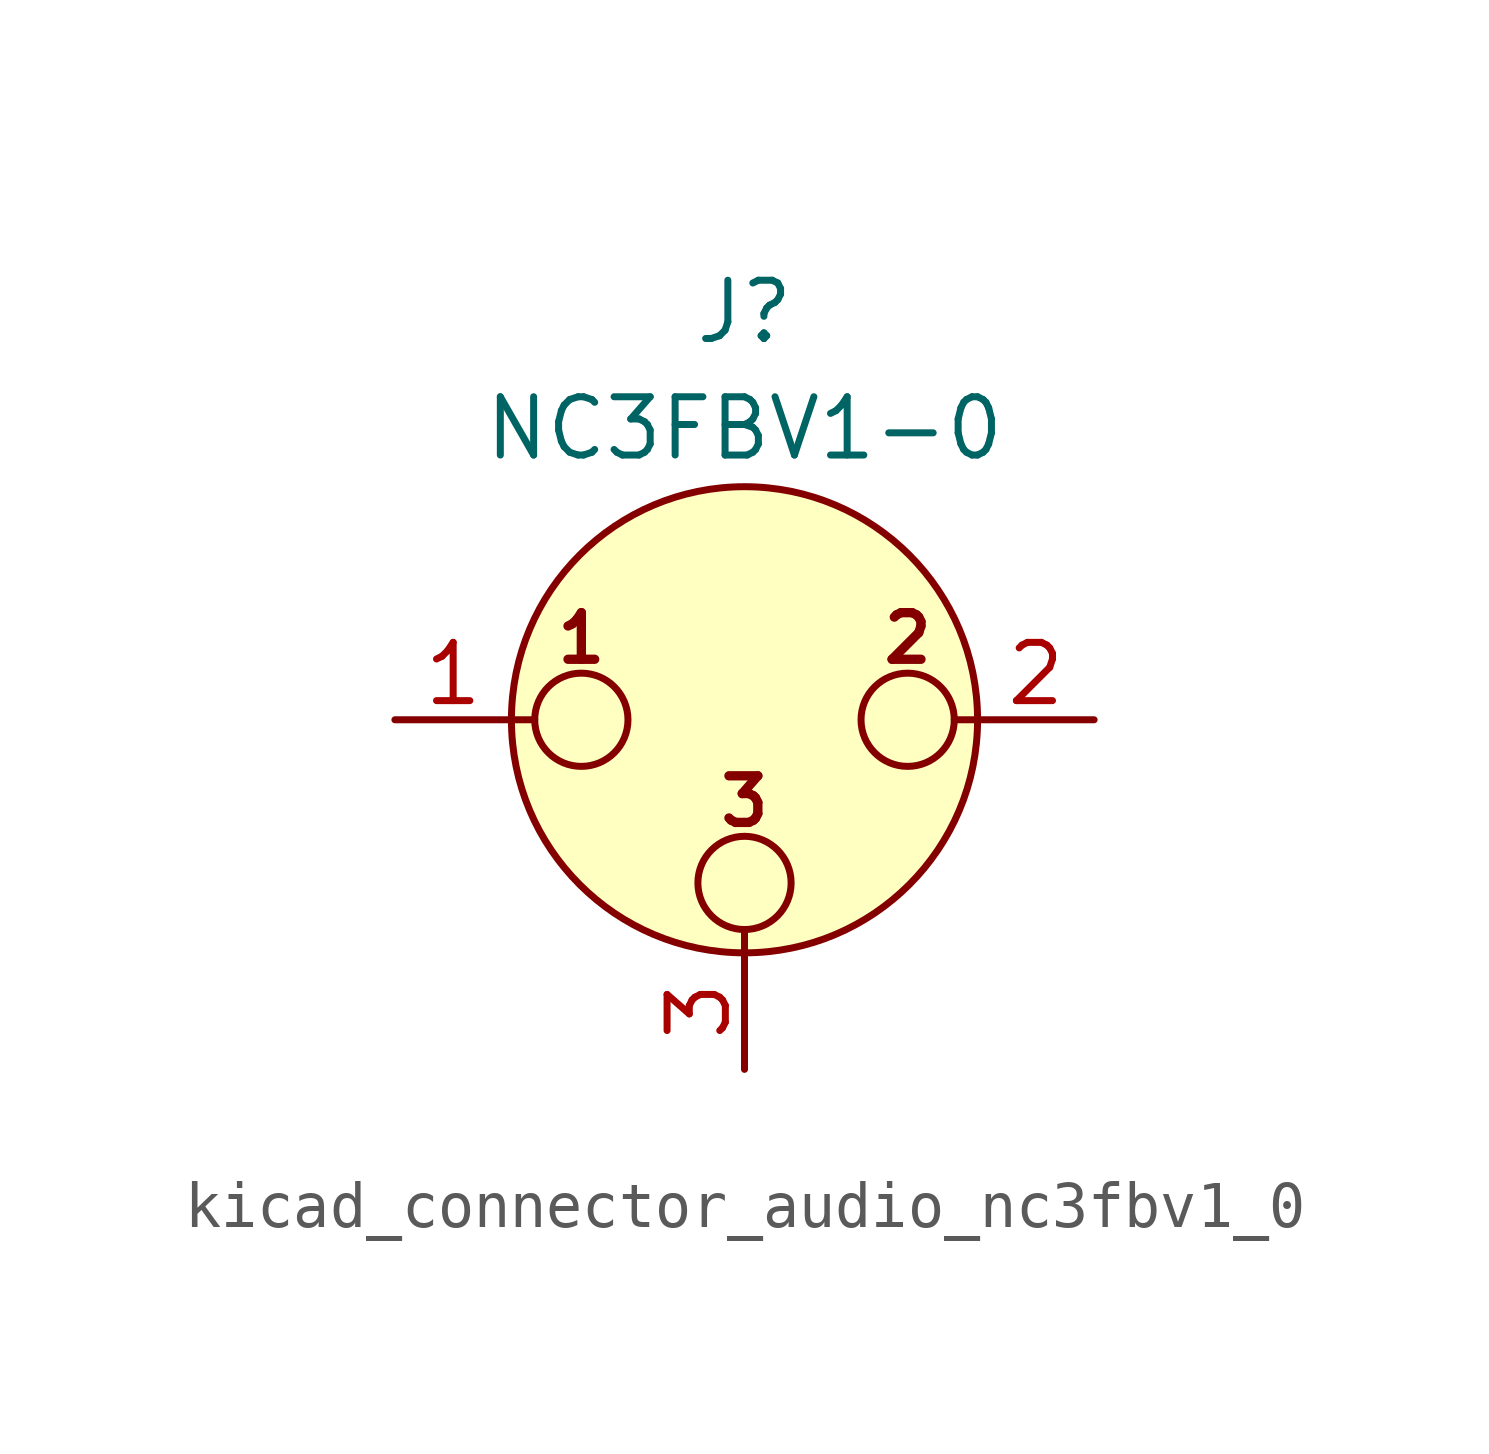
<source format=kicad_sym>
(kicad_symbol_lib
  (version 20220914)
  (generator kicad_symbol_editor)
  (symbol "kicad_connector_audio_nc3fbv1_0"
    (pin_names hide)
    (property "Reference" "J"
      (at 0 8.89 0)
      (effects (font (size 1.27 1.27))))
    (property "Value" "NC3FBV1-0"
      (at 0 6.35 0)
      (effects (font (size 1.27 1.27))))
    (symbol "kicad_connector_audio_nc3fbv1_0_0_1"
      (circle (center -3.556 0) (radius 1.016) (stroke (width 0) (type default)) (fill (type none)))
      (circle (center 0 -3.556) (radius 1.016) (stroke (width 0) (type default)) (fill (type none)))
      (polyline (pts (xy -5.08 0) (xy -4.572 0)) (stroke (width 0) (type default)) (fill (type none)))
      (polyline (pts (xy 0 -5.08) (xy 0 -4.572)) (stroke (width 0) (type default)) (fill (type none)))
      (polyline (pts (xy 5.08 0) (xy 4.572 0)) (stroke (width 0) (type default)) (fill (type none)))
      (circle (center 0 0) (radius 5.08) (stroke (width 0) (type default)) (fill (type background)))
      (circle (center 3.556 0) (radius 1.016) (stroke (width 0) (type default)) (fill (type none)))
      (text "1" (at -3.556 1.778 0) (effects (font (size 1.016 1.016) bold)))
      (text "2" (at 3.556 1.778 0) (effects (font (size 1.016 1.016) bold)))
      (text "3" (at 0 -1.778 0) (effects (font (size 1.016 1.016) bold)))
      (pin passive line (at -7.62 0 0) (length 2.54) (name "~" (effects (font (size 1.27 1.27)))) (number "1" (effects (font (size 1.27 1.27)))))
      (pin passive line (at 7.62 0 180) (length 2.54) (name "~" (effects (font (size 1.27 1.27)))) (number "2" (effects (font (size 1.27 1.27)))))
      (pin passive line (at 0 -7.62 90) (length 2.54) (name "~" (effects (font (size 1.27 1.27)))) (number "3" (effects (font (size 1.27 1.27))))))))
</source>
